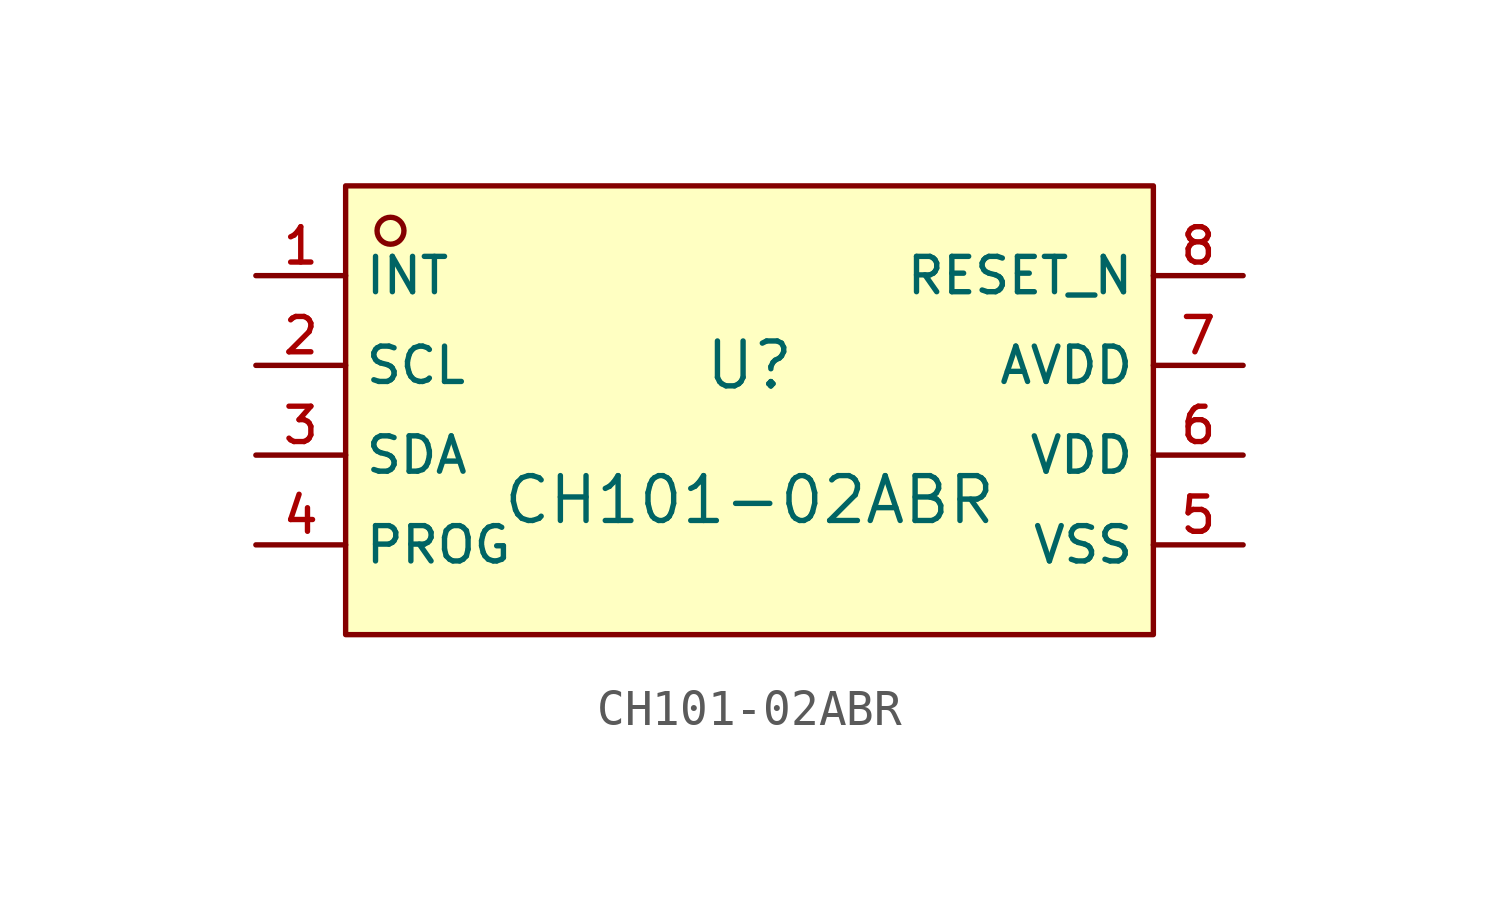
<source format=kicad_sym>
(kicad_symbol_lib
  (version 20220914)
  (generator kicad_symbol_editor)
  (symbol "CH101-02ABR"
    (property "Reference" "U"
      (at 0 1.27 0)
      (effects (font (size 1.27 1.27))))
    (property "Value" "CH101-02ABR"
      (at 0 -2.54 0)
      (effects (font (size 1.27 1.27))))
    (symbol "CH101-02ABR_0_1"
      (rectangle (start -11.43 6.35) (end 11.43 -6.35) (stroke (width 0) (type default)) (fill (type background)))
      (circle (center -10.16 5.08) (radius 0.381) (stroke (width 0) (type default)) (fill (type background)))
      (pin unspecified line (at -13.97 3.81 0) (length 2.54) (name "INT" (effects (font (size 1 1)))) (number "1" (effects (font (size 1 1)))))
      (pin unspecified line (at -13.97 1.27 0) (length 2.54) (name "SCL" (effects (font (size 1 1)))) (number "2" (effects (font (size 1 1)))))
      (pin unspecified line (at -13.97 -1.27 0) (length 2.54) (name "SDA" (effects (font (size 1 1)))) (number "3" (effects (font (size 1 1)))))
      (pin unspecified line (at -13.97 -3.81 0) (length 2.54) (name "PROG" (effects (font (size 1 1)))) (number "4" (effects (font (size 1 1)))))
      (pin unspecified line (at 13.97 -3.81 180) (length 2.54) (name "VSS" (effects (font (size 1 1)))) (number "5" (effects (font (size 1 1)))))
      (pin unspecified line (at 13.97 -1.27 180) (length 2.54) (name "VDD" (effects (font (size 1 1)))) (number "6" (effects (font (size 1 1)))))
      (pin unspecified line (at 13.97 1.27 180) (length 2.54) (name "AVDD" (effects (font (size 1 1)))) (number "7" (effects (font (size 1 1)))))
      (pin unspecified line (at 13.97 3.81 180) (length 2.54) (name "RESET_N" (effects (font (size 1 1)))) (number "8" (effects (font (size 1 1))))))))
</source>
